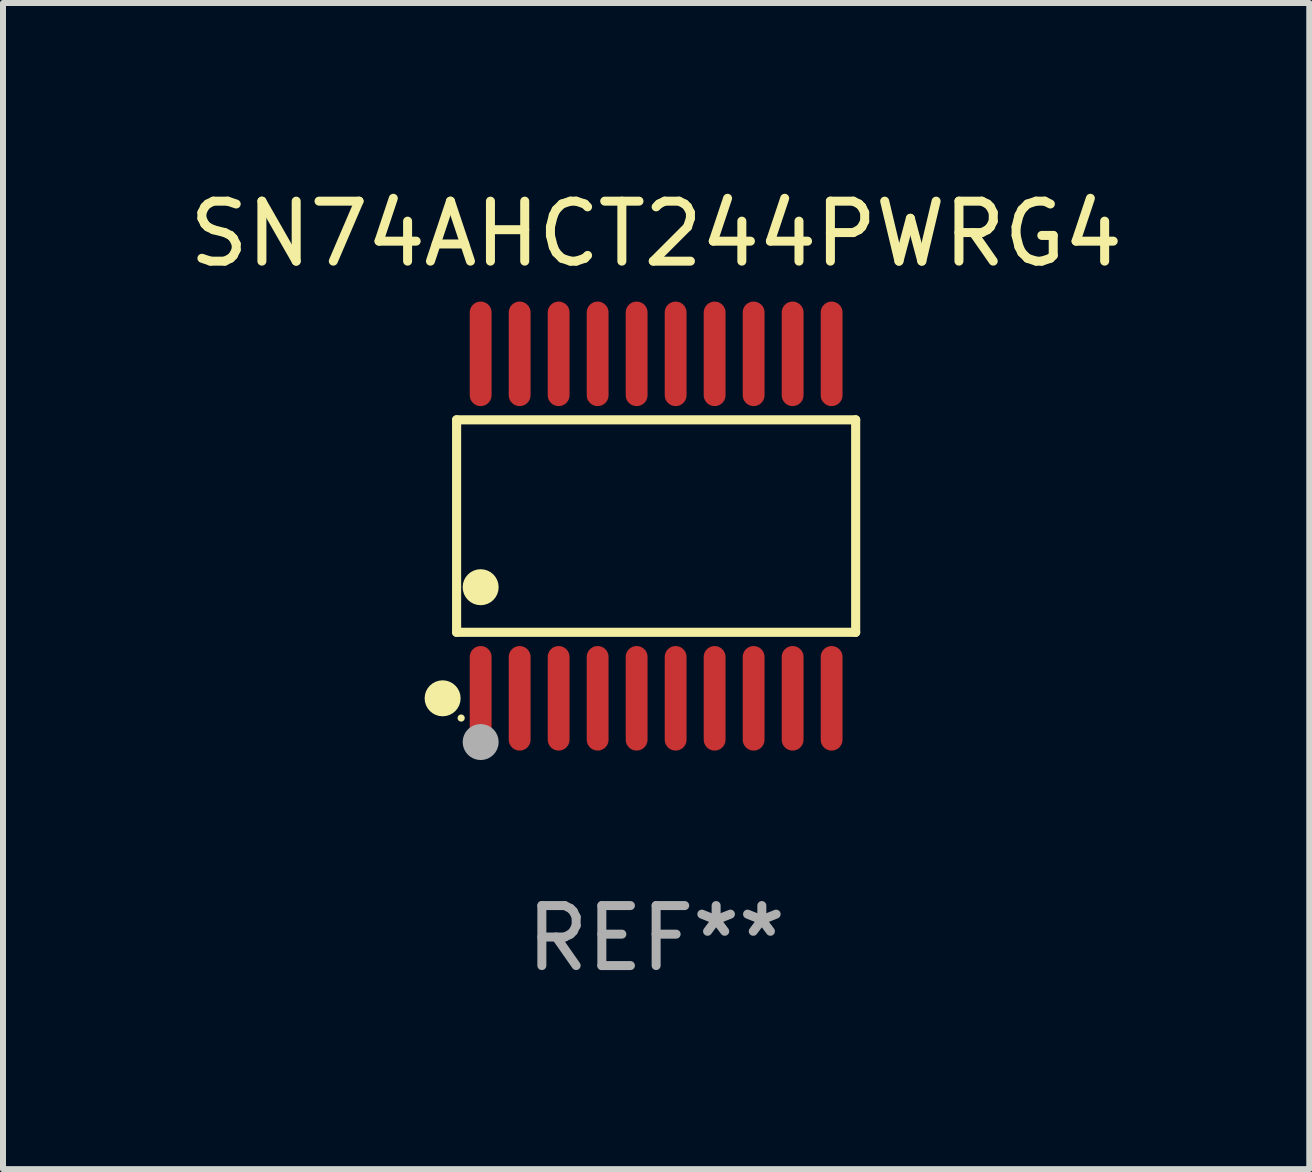
<source format=kicad_pcb>
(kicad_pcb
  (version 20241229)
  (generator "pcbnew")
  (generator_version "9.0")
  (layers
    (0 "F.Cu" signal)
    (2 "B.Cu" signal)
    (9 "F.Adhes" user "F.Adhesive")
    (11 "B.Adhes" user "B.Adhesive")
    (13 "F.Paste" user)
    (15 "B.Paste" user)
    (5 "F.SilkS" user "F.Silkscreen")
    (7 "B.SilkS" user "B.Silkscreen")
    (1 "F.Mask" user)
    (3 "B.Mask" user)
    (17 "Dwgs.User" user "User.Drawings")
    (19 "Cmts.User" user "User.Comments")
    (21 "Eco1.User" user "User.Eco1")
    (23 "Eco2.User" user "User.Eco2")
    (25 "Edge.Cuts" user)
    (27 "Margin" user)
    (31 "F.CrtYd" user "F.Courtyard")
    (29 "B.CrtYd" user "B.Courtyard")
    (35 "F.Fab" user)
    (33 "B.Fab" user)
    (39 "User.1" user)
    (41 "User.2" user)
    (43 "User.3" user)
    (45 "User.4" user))
  (footprint "SN74AHCT244PWRG4"
    (layer "F.Cu")
    (at 7.887 5.719)
    (property "Reference" "SN74AHCT244PWRG4" (at 0 -4.871 0) (layer "F.SilkS") (effects (font (size 1 1) (thickness 0.15))))
    (attr through_hole)
    (fp_line (start -3.326 -1.771) (end 3.326 -1.771) (stroke (width 0.152) (type solid)) (layer "F.SilkS"))
    (fp_line (start -3.326 1.771) (end -3.326 -1.771) (stroke (width 0.152) (type solid)) (layer "F.SilkS"))
    (fp_line (start 3.326 -1.771) (end 3.326 1.771) (stroke (width 0.152) (type solid)) (layer "F.SilkS"))
    (fp_line (start 3.326 1.771) (end -3.326 1.771) (stroke (width 0.152) (type solid)) (layer "F.SilkS"))
    (fp_circle (center -3.559 2.871) (end -3.409 2.871) (stroke (width 0.3) (type solid)) (fill no) (layer "F.SilkS"))
    (fp_circle (center -3.25 3.2) (end -3.22 3.2) (stroke (width 0.06) (type solid)) (fill no) (layer "F.SilkS"))
    (fp_circle (center -2.925 1.019) (end -2.775 1.019) (stroke (width 0.3) (type solid)) (fill no) (layer "F.SilkS"))
    (fp_circle (center -2.925 3.6) (end -2.775 3.6) (stroke (width 0.3) (type solid)) (fill no) (layer "F.Fab"))
    (fp_text user "REF**" (at 0 6.871 0) (layer "F.Fab") (effects (font (size 1 1) (thickness 0.15))))
    (pad "1" smd oval (at -2.925 2.871) (size 0.364 1.742) (layers "F.Cu" "F.Mask" "F.Paste"))
    (pad "2" smd oval (at -2.275 2.871) (size 0.364 1.742) (layers "F.Cu" "F.Mask" "F.Paste"))
    (pad "3" smd oval (at -1.625 2.871) (size 0.364 1.742) (layers "F.Cu" "F.Mask" "F.Paste"))
    (pad "4" smd oval (at -0.975 2.871) (size 0.364 1.742) (layers "F.Cu" "F.Mask" "F.Paste"))
    (pad "5" smd oval (at -0.325 2.871) (size 0.364 1.742) (layers "F.Cu" "F.Mask" "F.Paste"))
    (pad "6" smd oval (at 0.325 2.871) (size 0.364 1.742) (layers "F.Cu" "F.Mask" "F.Paste"))
    (pad "7" smd oval (at 0.975 2.871) (size 0.364 1.742) (layers "F.Cu" "F.Mask" "F.Paste"))
    (pad "8" smd oval (at 1.625 2.871) (size 0.364 1.742) (layers "F.Cu" "F.Mask" "F.Paste"))
    (pad "9" smd oval (at 2.275 2.871) (size 0.364 1.742) (layers "F.Cu" "F.Mask" "F.Paste"))
    (pad "10" smd oval (at 2.925 2.871) (size 0.364 1.742) (layers "F.Cu" "F.Mask" "F.Paste"))
    (pad "11" smd oval (at 2.925 -2.871) (size 0.364 1.742) (layers "F.Cu" "F.Mask" "F.Paste"))
    (pad "12" smd oval (at 2.275 -2.871) (size 0.364 1.742) (layers "F.Cu" "F.Mask" "F.Paste"))
    (pad "13" smd oval (at 1.625 -2.871) (size 0.364 1.742) (layers "F.Cu" "F.Mask" "F.Paste"))
    (pad "14" smd oval (at 0.975 -2.871) (size 0.364 1.742) (layers "F.Cu" "F.Mask" "F.Paste"))
    (pad "15" smd oval (at 0.325 -2.871) (size 0.364 1.742) (layers "F.Cu" "F.Mask" "F.Paste"))
    (pad "16" smd oval (at -0.325 -2.871) (size 0.364 1.742) (layers "F.Cu" "F.Mask" "F.Paste"))
    (pad "17" smd oval (at -0.975 -2.871) (size 0.364 1.742) (layers "F.Cu" "F.Mask" "F.Paste"))
    (pad "18" smd oval (at -1.625 -2.871) (size 0.364 1.742) (layers "F.Cu" "F.Mask" "F.Paste"))
    (pad "19" smd oval (at -2.275 -2.871) (size 0.364 1.742) (layers "F.Cu" "F.Mask" "F.Paste"))
    (pad "20" smd oval (at -2.925 -2.871) (size 0.364 1.742) (layers "F.Cu" "F.Mask" "F.Paste")))
  (gr_rect
    (start -3 -3)
    (end 18.774 16.438)
    (stroke (width 0.1) (type default))
    (fill no)
    (layer "Edge.Cuts")))
</source>
